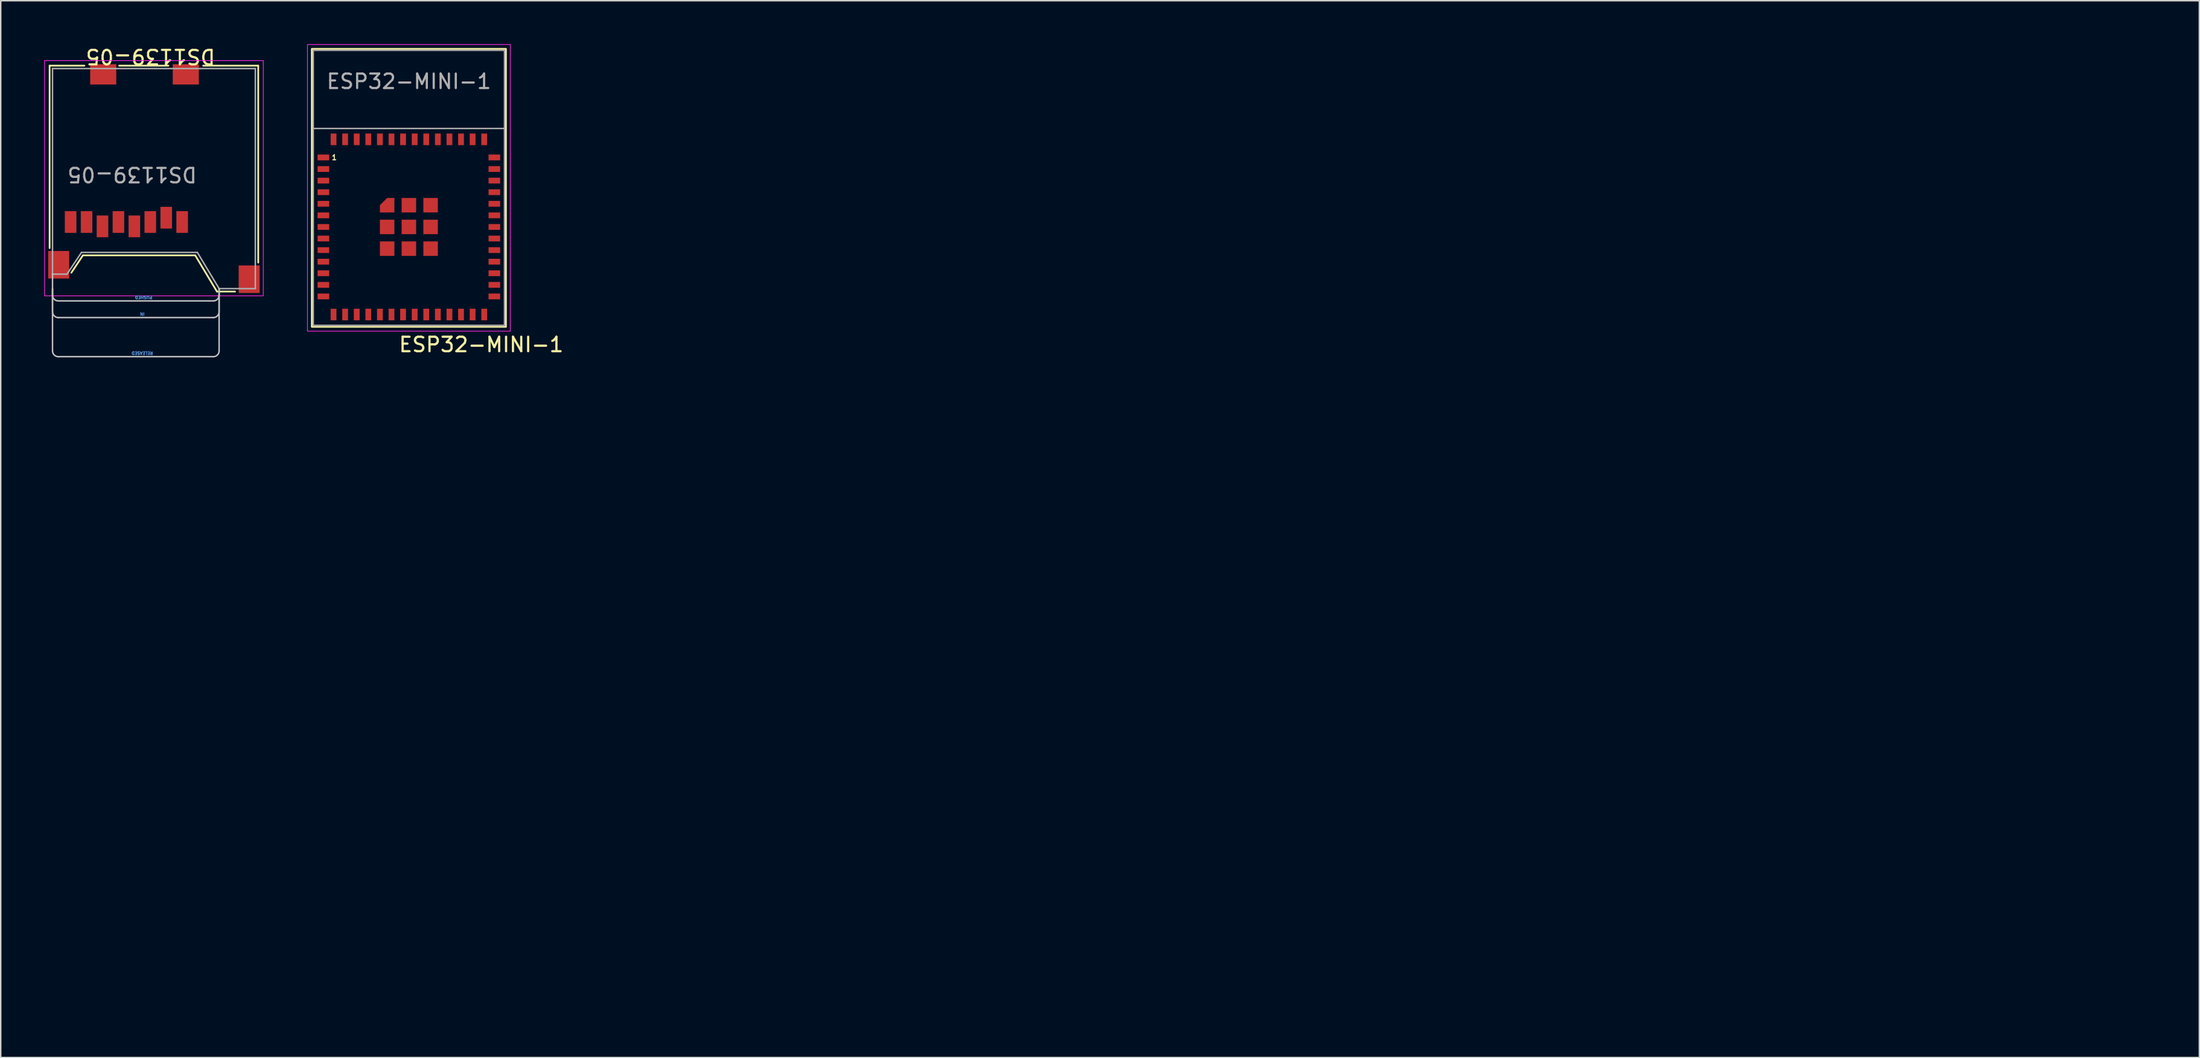
<source format=kicad_pcb>
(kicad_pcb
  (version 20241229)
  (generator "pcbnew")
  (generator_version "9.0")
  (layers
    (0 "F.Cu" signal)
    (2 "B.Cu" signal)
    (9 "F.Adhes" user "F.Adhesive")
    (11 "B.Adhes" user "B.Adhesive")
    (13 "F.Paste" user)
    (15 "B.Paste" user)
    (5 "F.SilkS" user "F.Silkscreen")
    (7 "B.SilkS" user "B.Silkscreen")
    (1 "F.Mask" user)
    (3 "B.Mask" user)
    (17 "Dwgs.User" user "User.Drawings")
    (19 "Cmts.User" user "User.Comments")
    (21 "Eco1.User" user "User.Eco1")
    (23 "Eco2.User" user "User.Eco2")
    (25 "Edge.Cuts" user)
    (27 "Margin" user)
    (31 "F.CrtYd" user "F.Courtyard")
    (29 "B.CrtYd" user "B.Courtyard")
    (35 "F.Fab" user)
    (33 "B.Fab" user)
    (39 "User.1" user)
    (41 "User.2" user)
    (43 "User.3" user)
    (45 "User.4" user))
  (footprint "DS1139-05"
    (layer "F.Cu")
    (at 7.575 9.286)
    (property "Reference" "DS1139-05" (at -0.234 -8.438 180) (unlocked yes) (layer "F.SilkS") (effects (font (size 1 1) (thickness 0.15))))
    (attr smd)
    (fp_line (start -7.2 -7.8) (end -7.2 4.8) (stroke (width 0.12) (type solid)) (layer "F.SilkS"))
    (fp_line (start -4.9 5.3) (end -5.7 6.5) (stroke (width 0.12) (type solid)) (layer "F.SilkS"))
    (fp_line (start -4.8 -7.8) (end -7.2 -7.8) (stroke (width 0.12) (type solid)) (layer "F.SilkS"))
    (fp_line (start -2.4 -7.8) (end 1 -7.8) (stroke (width 0.12) (type solid)) (layer "F.SilkS"))
    (fp_line (start 2.85 5.3) (end -4.9 5.3) (stroke (width 0.12) (type solid)) (layer "F.SilkS"))
    (fp_line (start 4.35 7.8) (end 2.85 5.3) (stroke (width 0.12) (type solid)) (layer "F.SilkS"))
    (fp_line (start 5.6 7.8) (end 4.35 7.8) (stroke (width 0.12) (type solid)) (layer "F.SilkS"))
    (fp_line (start 7.2 -7.8) (end 3.4 -7.8) (stroke (width 0.12) (type solid)) (layer "F.SilkS"))
    (fp_line (start 7.2 -7.8) (end 7.2 5.8) (stroke (width 0.12) (type solid)) (layer "F.SilkS"))
    (fp_line (start -7 8.05) (end -7 6.6) (stroke (width 0.1) (type solid)) (layer "Dwgs.User"))
    (fp_line (start -7 9.2) (end -7 7.6) (stroke (width 0.1) (type solid)) (layer "Dwgs.User"))
    (fp_line (start -7 11.9) (end -7 7.6) (stroke (width 0.1) (type solid)) (layer "Dwgs.User"))
    (fp_line (start -6.6 8.45) (end 4.1 8.45) (stroke (width 0.1) (type solid)) (layer "Dwgs.User"))
    (fp_line (start -6.6 9.6) (end 4.1 9.6) (stroke (width 0.1) (type solid)) (layer "Dwgs.User"))
    (fp_line (start -6.6 12.3) (end 4.1 12.3) (stroke (width 0.1) (type solid)) (layer "Dwgs.User"))
    (fp_line (start 4.5 7.6) (end 4.5 8.05) (stroke (width 0.1) (type solid)) (layer "Dwgs.User"))
    (fp_line (start 4.5 7.6) (end 4.5 9.2) (stroke (width 0.1) (type solid)) (layer "Dwgs.User"))
    (fp_line (start 4.5 7.6) (end 4.5 11.9) (stroke (width 0.1) (type solid)) (layer "Dwgs.User"))
    (fp_arc (start -6.6 8.45) (mid -6.882843 8.332843) (end -7 8.05) (stroke (width 0.1) (type solid)) (layer "Dwgs.User"))
    (fp_arc (start -6.6 9.6) (mid -6.882843 9.482843) (end -7 9.2) (stroke (width 0.1) (type solid)) (layer "Dwgs.User"))
    (fp_arc (start -6.6 12.3) (mid -6.882843 12.182843) (end -7 11.9) (stroke (width 0.1) (type solid)) (layer "Dwgs.User"))
    (fp_arc (start 4.5 8.05) (mid 4.382843 8.332843) (end 4.1 8.45) (stroke (width 0.1) (type solid)) (layer "Dwgs.User"))
    (fp_arc (start 4.5 9.2) (mid 4.382843 9.482843) (end 4.1 9.6) (stroke (width 0.1) (type solid)) (layer "Dwgs.User"))
    (fp_arc (start 4.5 11.9) (mid 4.382843 12.182843) (end 4.1 12.3) (stroke (width 0.1) (type solid)) (layer "Dwgs.User"))
    (fp_rect (start -7.55 -8.15) (end 7.55 8.1) (stroke (width 0.05) (type solid)) (fill no) (layer "F.CrtYd"))
    (fp_line (start -7 -7.6) (end 7 -7.6) (stroke (width 0.1) (type solid)) (layer "F.Fab"))
    (fp_line (start -7 6.6) (end -7 -7.6) (stroke (width 0.1) (type solid)) (layer "F.Fab"))
    (fp_line (start -7 6.6) (end -6 6.6) (stroke (width 0.1) (type solid)) (layer "F.Fab"))
    (fp_line (start -6 6.6) (end -5 5.1) (stroke (width 0.1) (type solid)) (layer "F.Fab"))
    (fp_line (start 3 5.1) (end -5 5.1) (stroke (width 0.1) (type solid)) (layer "F.Fab"))
    (fp_line (start 4.5 7.6) (end 3 5.1) (stroke (width 0.1) (type solid)) (layer "F.Fab"))
    (fp_line (start 7 -7.6) (end 7 7.6) (stroke (width 0.1) (type solid)) (layer "F.Fab"))
    (fp_line (start 7 7.6) (end 4.5 7.6) (stroke (width 0.1) (type solid)) (layer "F.Fab"))
    (fp_text user "IN" (at -0.8 9.35 180) (unlocked yes) (layer "Cmts.User") (effects (font (size 0.2 0.2) (thickness 0.05))))
    (fp_text user "RELEASED" (at -0.8 12.05 180) (unlocked yes) (layer "Cmts.User") (effects (font (size 0.2 0.2) (thickness 0.05))))
    (fp_text user "PUSHED" (at -0.7 8.2 180) (unlocked yes) (layer "Cmts.User") (effects (font (size 0.2 0.2) (thickness 0.05))))
    (fp_text user "${REFERENCE}" (at -1.504 -0.284 180) (unlocked yes) (layer "F.Fab") (effects (font (size 1 1) (thickness 0.15))))
    (pad "1" smd rect (at 1.95 3 180) (size 0.8 1.5) (layers "F.Cu" "F.Mask" "F.Paste"))
    (pad "2" smd rect (at 0.85 2.7 180) (size 0.8 1.5) (layers "F.Cu" "F.Mask" "F.Paste"))
    (pad "3" smd rect (at -0.25 3 180) (size 0.8 1.5) (layers "F.Cu" "F.Mask" "F.Paste"))
    (pad "4" smd rect (at -1.35 3.3 180) (size 0.8 1.5) (layers "F.Cu" "F.Mask" "F.Paste"))
    (pad "5" smd rect (at -2.45 3 180) (size 0.8 1.5) (layers "F.Cu" "F.Mask" "F.Paste"))
    (pad "6" smd rect (at -3.55 3.3 180) (size 0.8 1.5) (layers "F.Cu" "F.Mask" "F.Paste"))
    (pad "7" smd rect (at -4.65 3 180) (size 0.8 1.5) (layers "F.Cu" "F.Mask" "F.Paste"))
    (pad "8" smd rect (at -5.75 3 180) (size 0.8 1.5) (layers "F.Cu" "F.Mask" "F.Paste"))
    (pad "9" smd rect (at -6.575 5.95 180) (size 1.45 1.9) (layers "F.Cu" "F.Mask" "F.Paste"))
    (pad "9" smd rect (at -3.5 -7.2 180) (size 1.8 1.4) (layers "F.Cu" "F.Mask" "F.Paste"))
    (pad "9" smd rect (at 2.2 -7.2 180) (size 1.8 1.4) (layers "F.Cu" "F.Mask" "F.Paste"))
    (pad "9" smd rect (at 6.575 6.95 180) (size 1.45 1.9) (layers "F.Cu" "F.Mask" "F.Paste")))
  (footprint "ESP32-MINI-1"
    (layer "F.Cu")
    (at 25.175 12.625)
    (property "Reference" "ESP32-MINI-1" (at 4.995 8.129 0) (unlocked yes) (layer "F.SilkS") (effects (font (size 1 1) (thickness 0.153))))
    (attr smd)
    (fp_rect (start -6.7 -12.3) (end 6.7 6.9) (stroke (width 0.12) (type solid)) (fill no) (layer "F.SilkS"))
    (fp_rect (start -7 -12.6) (end 7 7.2) (stroke (width 0.05) (type solid)) (fill no) (layer "F.CrtYd"))
    (fp_line (start 6.6 -6.8) (end -6.6 -6.8) (stroke (width 0.1) (type solid)) (layer "F.Fab"))
    (fp_rect (start -6.6 -12.2) (end 6.6 6.8) (stroke (width 0.1) (type solid)) (fill no) (layer "F.Fab"))
    (fp_text user "1" (at -5.15 -4.8 0) (unlocked yes) (layer "F.SilkS") (effects (font (size 0.35 0.35) (thickness 0.075))))
    (fp_text user "${REFERENCE}" (at 0 -10.05 0) (unlocked yes) (layer "F.Fab") (effects (font (size 1 1) (thickness 0.15))))
    (pad "1" smd rect (at -5.9 -4.8 90) (size 0.4 0.8) (layers "F.Cu" "F.Mask" "F.Paste"))
    (pad "2" smd rect (at -5.9 -4 90) (size 0.4 0.8) (layers "F.Cu" "F.Mask" "F.Paste"))
    (pad "3" smd rect (at -5.9 -3.2 90) (size 0.4 0.8) (layers "F.Cu" "F.Mask" "F.Paste"))
    (pad "4" smd rect (at -5.9 -2.4 90) (size 0.4 0.8) (layers "F.Cu" "F.Mask" "F.Paste"))
    (pad "5" smd rect (at -5.9 -1.6 90) (size 0.4 0.8) (layers "F.Cu" "F.Mask" "F.Paste"))
    (pad "6" smd rect (at -5.9 -0.8 90) (size 0.4 0.8) (layers "F.Cu" "F.Mask" "F.Paste"))
    (pad "7" smd rect (at -5.9 0 90) (size 0.4 0.8) (layers "F.Cu" "F.Mask" "F.Paste"))
    (pad "8" smd rect (at -5.9 0.8 90) (size 0.4 0.8) (layers "F.Cu" "F.Mask" "F.Paste"))
    (pad "9" smd rect (at -5.9 1.6 90) (size 0.4 0.8) (layers "F.Cu" "F.Mask" "F.Paste"))
    (pad "10" smd rect (at -5.9 2.4 90) (size 0.4 0.8) (layers "F.Cu" "F.Mask" "F.Paste"))
    (pad "11" smd rect (at -5.9 3.2 90) (size 0.4 0.8) (layers "F.Cu" "F.Mask" "F.Paste"))
    (pad "12" smd rect (at -5.9 4 90) (size 0.4 0.8) (layers "F.Cu" "F.Mask" "F.Paste"))
    (pad "13" smd rect (at -5.9 4.8 90) (size 0.4 0.8) (layers "F.Cu" "F.Mask" "F.Paste"))
    (pad "14" smd rect (at -5.2 6.05 180) (size 0.4 0.8) (layers "F.Cu" "F.Mask" "F.Paste"))
    (pad "15" smd rect (at -4.4 6.05 180) (size 0.4 0.8) (layers "F.Cu" "F.Mask" "F.Paste"))
    (pad "16" smd rect (at -3.6 6.05 180) (size 0.4 0.8) (layers "F.Cu" "F.Mask" "F.Paste"))
    (pad "17" smd rect (at -2.8 6.05 180) (size 0.4 0.8) (layers "F.Cu" "F.Mask" "F.Paste"))
    (pad "18" smd rect (at -2 6.05 180) (size 0.4 0.8) (layers "F.Cu" "F.Mask" "F.Paste"))
    (pad "19" smd rect (at -1.2 6.05 180) (size 0.4 0.8) (layers "F.Cu" "F.Mask" "F.Paste"))
    (pad "20" smd rect (at -0.4 6.05 180) (size 0.4 0.8) (layers "F.Cu" "F.Mask" "F.Paste"))
    (pad "21" smd rect (at 0.4 6.05 180) (size 0.4 0.8) (layers "F.Cu" "F.Mask" "F.Paste"))
    (pad "22" smd rect (at 1.2 6.05 180) (size 0.4 0.8) (layers "F.Cu" "F.Mask" "F.Paste"))
    (pad "23" smd rect (at 2 6.05 180) (size 0.4 0.8) (layers "F.Cu" "F.Mask" "F.Paste"))
    (pad "24" smd rect (at 2.8 6.05 180) (size 0.4 0.8) (layers "F.Cu" "F.Mask" "F.Paste"))
    (pad "25" smd rect (at 3.6 6.05 180) (size 0.4 0.8) (layers "F.Cu" "F.Mask" "F.Paste"))
    (pad "26" smd rect (at 4.4 6.05 180) (size 0.4 0.8) (layers "F.Cu" "F.Mask" "F.Paste"))
    (pad "27" smd rect (at 5.2 6.05 180) (size 0.4 0.8) (layers "F.Cu" "F.Mask" "F.Paste"))
    (pad "28" smd rect (at 5.9 4.8 90) (size 0.4 0.8) (layers "F.Cu" "F.Mask" "F.Paste"))
    (pad "29" smd rect (at 5.9 4 90) (size 0.4 0.8) (layers "F.Cu" "F.Mask" "F.Paste"))
    (pad "30" smd rect (at 5.9 3.2 90) (size 0.4 0.8) (layers "F.Cu" "F.Mask" "F.Paste"))
    (pad "31" smd rect (at 5.9 2.4 90) (size 0.4 0.8) (layers "F.Cu" "F.Mask" "F.Paste"))
    (pad "32" smd rect (at 5.9 1.6 90) (size 0.4 0.8) (layers "F.Cu" "F.Mask" "F.Paste"))
    (pad "33" smd rect (at 5.9 0.8 90) (size 0.4 0.8) (layers "F.Cu" "F.Mask" "F.Paste"))
    (pad "34" smd rect (at 5.9 0 90) (size 0.4 0.8) (layers "F.Cu" "F.Mask" "F.Paste"))
    (pad "35" smd rect (at 5.9 -0.8 90) (size 0.4 0.8) (layers "F.Cu" "F.Mask" "F.Paste"))
    (pad "36" smd rect (at 5.9 -1.6 90) (size 0.4 0.8) (layers "F.Cu" "F.Mask" "F.Paste"))
    (pad "37" smd rect (at 5.9 -2.4 90) (size 0.4 0.8) (layers "F.Cu" "F.Mask" "F.Paste"))
    (pad "38" smd rect (at 5.9 -3.2 90) (size 0.4 0.8) (layers "F.Cu" "F.Mask" "F.Paste"))
    (pad "39" smd rect (at 5.9 -4 90) (size 0.4 0.8) (layers "F.Cu" "F.Mask" "F.Paste"))
    (pad "40" smd rect (at 5.9 -4.8 90) (size 0.4 0.8) (layers "F.Cu" "F.Mask" "F.Paste"))
    (pad "41" smd rect (at 5.2 -6.05 180) (size 0.4 0.8) (layers "F.Cu" "F.Mask" "F.Paste"))
    (pad "42" smd rect (at 4.4 -6.05 180) (size 0.4 0.8) (layers "F.Cu" "F.Mask" "F.Paste"))
    (pad "43" smd rect (at 3.6 -6.05 180) (size 0.4 0.8) (layers "F.Cu" "F.Mask" "F.Paste"))
    (pad "44" smd rect (at 2.8 -6.05 180) (size 0.4 0.8) (layers "F.Cu" "F.Mask" "F.Paste"))
    (pad "45" smd rect (at 2 -6.05 180) (size 0.4 0.8) (layers "F.Cu" "F.Mask" "F.Paste"))
    (pad "46" smd rect (at 1.2 -6.05 180) (size 0.4 0.8) (layers "F.Cu" "F.Mask" "F.Paste"))
    (pad "47" smd rect (at 0.4 -6.05 180) (size 0.4 0.8) (layers "F.Cu" "F.Mask" "F.Paste"))
    (pad "48" smd rect (at -0.4 -6.05 180) (size 0.4 0.8) (layers "F.Cu" "F.Mask" "F.Paste"))
    (pad "49" smd rect (at -1.2 -6.05 180) (size 0.4 0.8) (layers "F.Cu" "F.Mask" "F.Paste"))
    (pad "50" smd rect (at -2 -6.05 180) (size 0.4 0.8) (layers "F.Cu" "F.Mask" "F.Paste"))
    (pad "51" smd rect (at -2.8 -6.05 180) (size 0.4 0.8) (layers "F.Cu" "F.Mask" "F.Paste"))
    (pad "52" smd rect (at -3.6 -6.05 180) (size 0.4 0.8) (layers "F.Cu" "F.Mask" "F.Paste"))
    (pad "53" smd rect (at -4.4 -6.05 180) (size 0.4 0.8) (layers "F.Cu" "F.Mask" "F.Paste"))
    (pad "54" smd rect (at -5.2 -6.05 180) (size 0.4 0.8) (layers "F.Cu" "F.Mask" "F.Paste"))
    (pad "55" smd roundrect (at -1.5 -1.5) (size 1 1) (layers "F.Cu" "F.Mask" "F.Paste") (roundrect_rratio 0) (chamfer_ratio 0.5) (chamfer top_left))
    (pad "55" smd rect (at -1.5 0 180) (size 1 1) (layers "F.Cu" "F.Mask" "F.Paste"))
    (pad "55" smd rect (at -1.5 1.5 180) (size 1 1) (layers "F.Cu" "F.Mask" "F.Paste"))
    (pad "55" smd rect (at 0 -1.5 180) (size 1 1) (layers "F.Cu" "F.Mask" "F.Paste"))
    (pad "55" smd rect (at 0 0 180) (size 1 1) (layers "F.Cu" "F.Mask" "F.Paste"))
    (pad "55" smd rect (at 0 1.5 180) (size 1 1) (layers "F.Cu" "F.Mask" "F.Paste"))
    (pad "55" smd rect (at 1.5 -1.5 180) (size 1 1) (layers "F.Cu" "F.Mask" "F.Paste"))
    (pad "55" smd rect (at 1.5 0 180) (size 1 1) (layers "F.Cu" "F.Mask" "F.Paste"))
    (pad "55" smd rect (at 1.5 1.5 180) (size 1 1) (layers "F.Cu" "F.Mask" "F.Paste"))
    (zone (net_name "") (layers "F.Cu" "B.Cu") (hatch edge 0.508) (connect_pads) (min_thickness 0.254) (filled_areas_thickness no) (keepout (tracks not_allowed) (vias not_allowed) (pads allowed) (copperpour not_allowed) (footprints allowed)) (placement (enabled no)) (fill) (polygon (pts (xy 145.773 66.995) (xy 129.773 66.995) (xy 129.773 59.495) (xy 145.773 59.495)))))
  (gr_rect
    (start -3 -3)
    (end 148.773 69.995)
    (stroke (width 0.1) (type default))
    (fill no)
    (layer "Edge.Cuts")))
</source>
